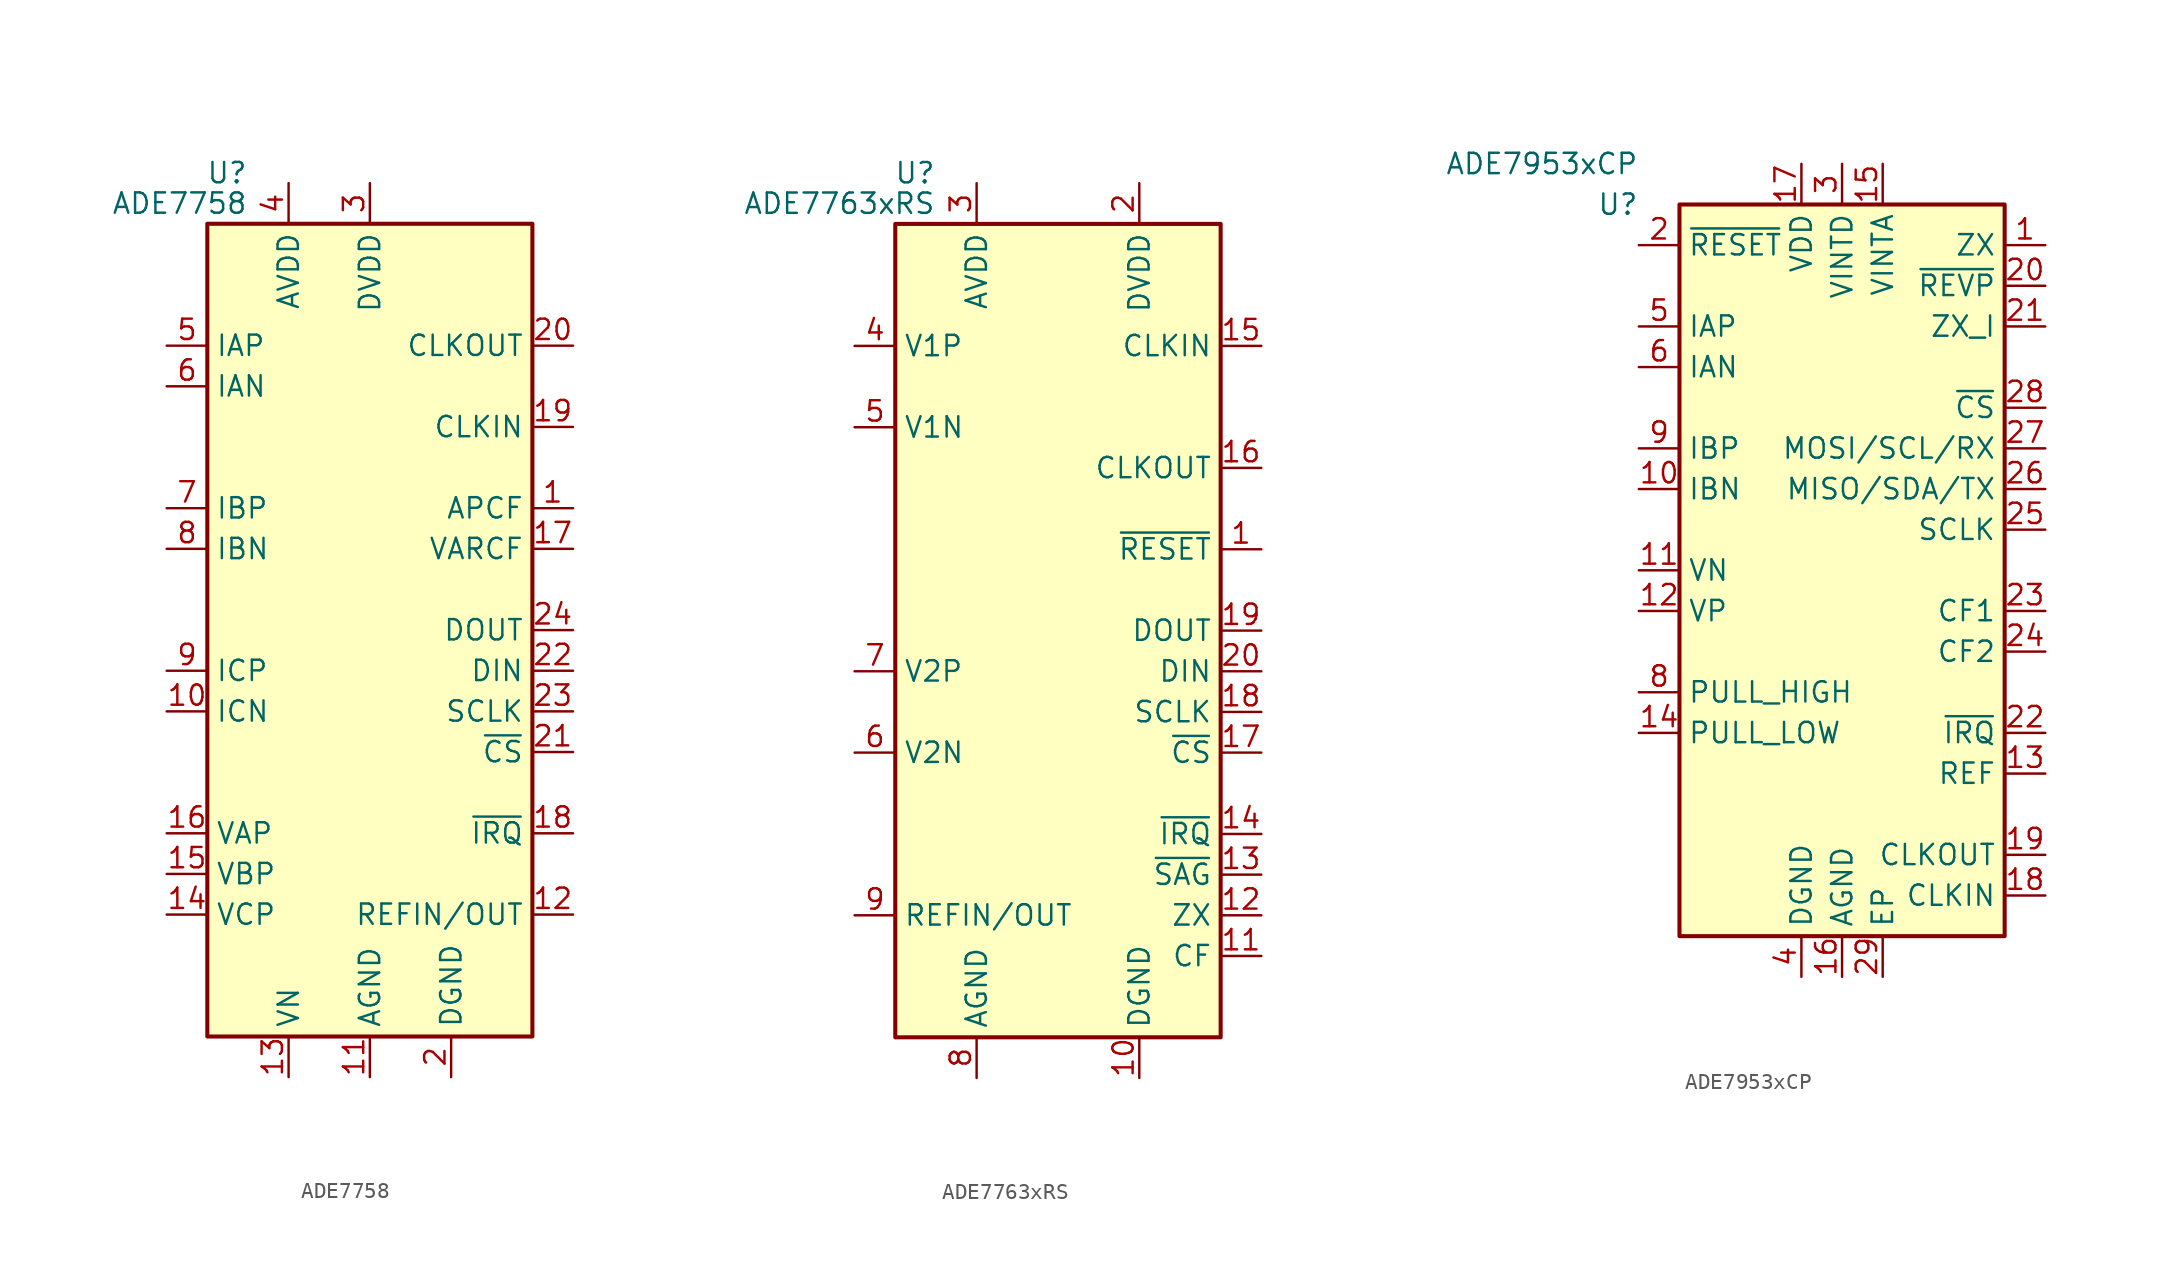
<source format=kicad_sym>
(kicad_symbol_lib
  (version 20201005)
  (generator kicad_symbol_editor)
  (symbol "ADE7758"
    (property "Reference" "U"
      (at -7.62 28.575 0)
      (effects (font (size 1.27 1.27)) (justify right)))
    (property "Value" "ADE7758"
      (at -7.62 26.67 0)
      (effects (font (size 1.27 1.27)) (justify right)))
    (symbol "ADE7758_0_1"
      (rectangle (start 10.16 -25.4) (end -10.16 25.4) (stroke (width 0.254)) (fill (type background))))
    (symbol "ADE7758_1_1"
      (pin output line (at 12.7 7.62 180) (length 2.54) (name "APCF" (effects (font (size 1.27 1.27)))) (number "1" (effects (font (size 1.27 1.27)))))
      (pin input line (at -12.7 -5.08 0) (length 2.54) (name "ICN" (effects (font (size 1.27 1.27)))) (number "10" (effects (font (size 1.27 1.27)))))
      (pin power_in line (at 0 -27.94 90) (length 2.54) (name "AGND" (effects (font (size 1.27 1.27)))) (number "11" (effects (font (size 1.27 1.27)))))
      (pin input line (at 12.7 -17.78 180) (length 2.54) (name "REFIN/OUT" (effects (font (size 1.27 1.27)))) (number "12" (effects (font (size 1.27 1.27)))))
      (pin power_in line (at -5.08 -27.94 90) (length 2.54) (name "VN" (effects (font (size 1.27 1.27)))) (number "13" (effects (font (size 1.27 1.27)))))
      (pin input line (at -12.7 -17.78 0) (length 2.54) (name "VCP" (effects (font (size 1.27 1.27)))) (number "14" (effects (font (size 1.27 1.27)))))
      (pin input line (at -12.7 -15.24 0) (length 2.54) (name "VBP" (effects (font (size 1.27 1.27)))) (number "15" (effects (font (size 1.27 1.27)))))
      (pin input line (at -12.7 -12.7 0) (length 2.54) (name "VAP" (effects (font (size 1.27 1.27)))) (number "16" (effects (font (size 1.27 1.27)))))
      (pin output line (at 12.7 5.08 180) (length 2.54) (name "VARCF" (effects (font (size 1.27 1.27)))) (number "17" (effects (font (size 1.27 1.27)))))
      (pin open_collector line (at 12.7 -12.7 180) (length 2.54) (name "~IRQ" (effects (font (size 1.27 1.27)))) (number "18" (effects (font (size 1.27 1.27)))))
      (pin input line (at 12.7 12.7 180) (length 2.54) (name "CLKIN" (effects (font (size 1.27 1.27)))) (number "19" (effects (font (size 1.27 1.27)))))
      (pin power_in line (at 5.08 -27.94 90) (length 2.54) (name "DGND" (effects (font (size 1.27 1.27)))) (number "2" (effects (font (size 1.27 1.27)))))
      (pin output line (at 12.7 17.78 180) (length 2.54) (name "CLKOUT" (effects (font (size 1.27 1.27)))) (number "20" (effects (font (size 1.27 1.27)))))
      (pin input line (at 12.7 -7.62 180) (length 2.54) (name "~CS" (effects (font (size 1.27 1.27)))) (number "21" (effects (font (size 1.27 1.27)))))
      (pin input line (at 12.7 -2.54 180) (length 2.54) (name "DIN" (effects (font (size 1.27 1.27)))) (number "22" (effects (font (size 1.27 1.27)))))
      (pin input line (at 12.7 -5.08 180) (length 2.54) (name "SCLK" (effects (font (size 1.27 1.27)))) (number "23" (effects (font (size 1.27 1.27)))))
      (pin output line (at 12.7 0 180) (length 2.54) (name "DOUT" (effects (font (size 1.27 1.27)))) (number "24" (effects (font (size 1.27 1.27)))))
      (pin power_in line (at 0 27.94 270) (length 2.54) (name "DVDD" (effects (font (size 1.27 1.27)))) (number "3" (effects (font (size 1.27 1.27)))))
      (pin power_in line (at -5.08 27.94 270) (length 2.54) (name "AVDD" (effects (font (size 1.27 1.27)))) (number "4" (effects (font (size 1.27 1.27)))))
      (pin input line (at -12.7 17.78 0) (length 2.54) (name "IAP" (effects (font (size 1.27 1.27)))) (number "5" (effects (font (size 1.27 1.27)))))
      (pin input line (at -12.7 15.24 0) (length 2.54) (name "IAN" (effects (font (size 1.27 1.27)))) (number "6" (effects (font (size 1.27 1.27)))))
      (pin input line (at -12.7 7.62 0) (length 2.54) (name "IBP" (effects (font (size 1.27 1.27)))) (number "7" (effects (font (size 1.27 1.27)))))
      (pin input line (at -12.7 5.08 0) (length 2.54) (name "IBN" (effects (font (size 1.27 1.27)))) (number "8" (effects (font (size 1.27 1.27)))))
      (pin input line (at -12.7 -2.54 0) (length 2.54) (name "ICP" (effects (font (size 1.27 1.27)))) (number "9" (effects (font (size 1.27 1.27)))))))
  (symbol "ADE7763xRS"
    (property "Reference" "U"
      (at -7.62 28.575 0)
      (effects (font (size 1.27 1.27)) (justify right)))
    (property "Value" "ADE7763xRS"
      (at -7.62 26.67 0)
      (effects (font (size 1.27 1.27)) (justify right)))
    (symbol "ADE7763xRS_0_1"
      (rectangle (start 10.16 -25.4) (end -10.16 25.4) (stroke (width 0.254)) (fill (type background))))
    (symbol "ADE7763xRS_1_1"
      (pin input line (at 12.7 5.08 180) (length 2.54) (name "~RESET" (effects (font (size 1.27 1.27)))) (number "1" (effects (font (size 1.27 1.27)))))
      (pin power_in line (at 5.08 -27.94 90) (length 2.54) (name "DGND" (effects (font (size 1.27 1.27)))) (number "10" (effects (font (size 1.27 1.27)))))
      (pin output line (at 12.7 -20.32 180) (length 2.54) (name "CF" (effects (font (size 1.27 1.27)))) (number "11" (effects (font (size 1.27 1.27)))))
      (pin output line (at 12.7 -17.78 180) (length 2.54) (name "ZX" (effects (font (size 1.27 1.27)))) (number "12" (effects (font (size 1.27 1.27)))))
      (pin open_collector line (at 12.7 -15.24 180) (length 2.54) (name "~SAG" (effects (font (size 1.27 1.27)))) (number "13" (effects (font (size 1.27 1.27)))))
      (pin open_collector line (at 12.7 -12.7 180) (length 2.54) (name "~IRQ" (effects (font (size 1.27 1.27)))) (number "14" (effects (font (size 1.27 1.27)))))
      (pin input line (at 12.7 17.78 180) (length 2.54) (name "CLKIN" (effects (font (size 1.27 1.27)))) (number "15" (effects (font (size 1.27 1.27)))))
      (pin output line (at 12.7 10.16 180) (length 2.54) (name "CLKOUT" (effects (font (size 1.27 1.27)))) (number "16" (effects (font (size 1.27 1.27)))))
      (pin input line (at 12.7 -7.62 180) (length 2.54) (name "~CS" (effects (font (size 1.27 1.27)))) (number "17" (effects (font (size 1.27 1.27)))))
      (pin input line (at 12.7 -5.08 180) (length 2.54) (name "SCLK" (effects (font (size 1.27 1.27)))) (number "18" (effects (font (size 1.27 1.27)))))
      (pin output line (at 12.7 0 180) (length 2.54) (name "DOUT" (effects (font (size 1.27 1.27)))) (number "19" (effects (font (size 1.27 1.27)))))
      (pin power_in line (at 5.08 27.94 270) (length 2.54) (name "DVDD" (effects (font (size 1.27 1.27)))) (number "2" (effects (font (size 1.27 1.27)))))
      (pin input line (at 12.7 -2.54 180) (length 2.54) (name "DIN" (effects (font (size 1.27 1.27)))) (number "20" (effects (font (size 1.27 1.27)))))
      (pin power_in line (at -5.08 27.94 270) (length 2.54) (name "AVDD" (effects (font (size 1.27 1.27)))) (number "3" (effects (font (size 1.27 1.27)))))
      (pin input line (at -12.7 17.78 0) (length 2.54) (name "V1P" (effects (font (size 1.27 1.27)))) (number "4" (effects (font (size 1.27 1.27)))))
      (pin input line (at -12.7 12.7 0) (length 2.54) (name "V1N" (effects (font (size 1.27 1.27)))) (number "5" (effects (font (size 1.27 1.27)))))
      (pin input line (at -12.7 -7.62 0) (length 2.54) (name "V2N" (effects (font (size 1.27 1.27)))) (number "6" (effects (font (size 1.27 1.27)))))
      (pin input line (at -12.7 -2.54 0) (length 2.54) (name "V2P" (effects (font (size 1.27 1.27)))) (number "7" (effects (font (size 1.27 1.27)))))
      (pin power_in line (at -5.08 -27.94 90) (length 2.54) (name "AGND" (effects (font (size 1.27 1.27)))) (number "8" (effects (font (size 1.27 1.27)))))
      (pin input line (at -12.7 -17.78 0) (length 2.54) (name "REFIN/OUT" (effects (font (size 1.27 1.27)))) (number "9" (effects (font (size 1.27 1.27)))))))
  (symbol "ADE7953xCP"
    (property "Reference" "U"
      (at -12.7 22.86 0)
      (effects (font (size 1.27 1.27)) (justify right)))
    (property "Value" "ADE7953xCP"
      (at -12.7 25.4 0)
      (effects (font (size 1.27 1.27)) (justify right)))
    (symbol "ADE7953xCP_0_1"
      (rectangle (start 10.16 -22.86) (end -10.16 22.86) (stroke (width 0.254)) (fill (type background))))
    (symbol "ADE7953xCP_1_1"
      (pin output line (at 12.7 20.32 180) (length 2.54) (name "ZX" (effects (font (size 1.27 1.27)))) (number "1" (effects (font (size 1.27 1.27)))))
      (pin input line (at -12.7 5.08 0) (length 2.54) (name "IBN" (effects (font (size 1.27 1.27)))) (number "10" (effects (font (size 1.27 1.27)))))
      (pin input line (at -12.7 0 0) (length 2.54) (name "VN" (effects (font (size 1.27 1.27)))) (number "11" (effects (font (size 1.27 1.27)))))
      (pin input line (at -12.7 -2.54 0) (length 2.54) (name "VP" (effects (font (size 1.27 1.27)))) (number "12" (effects (font (size 1.27 1.27)))))
      (pin input line (at 12.7 -12.7 180) (length 2.54) (name "REF" (effects (font (size 1.27 1.27)))) (number "13" (effects (font (size 1.27 1.27)))))
      (pin input line (at -12.7 -10.16 0) (length 2.54) (name "PULL_LOW" (effects (font (size 1.27 1.27)))) (number "14" (effects (font (size 1.27 1.27)))))
      (pin power_out line (at 2.54 25.4 270) (length 2.54) (name "VINTA" (effects (font (size 1.27 1.27)))) (number "15" (effects (font (size 1.27 1.27)))))
      (pin power_in line (at 0 -25.4 90) (length 2.54) (name "AGND" (effects (font (size 1.27 1.27)))) (number "16" (effects (font (size 1.27 1.27)))))
      (pin power_in line (at -2.54 25.4 270) (length 2.54) (name "VDD" (effects (font (size 1.27 1.27)))) (number "17" (effects (font (size 1.27 1.27)))))
      (pin input line (at 12.7 -20.32 180) (length 2.54) (name "CLKIN" (effects (font (size 1.27 1.27)))) (number "18" (effects (font (size 1.27 1.27)))))
      (pin output line (at 12.7 -17.78 180) (length 2.54) (name "CLKOUT" (effects (font (size 1.27 1.27)))) (number "19" (effects (font (size 1.27 1.27)))))
      (pin input line (at -12.7 20.32 0) (length 2.54) (name "~RESET" (effects (font (size 1.27 1.27)))) (number "2" (effects (font (size 1.27 1.27)))))
      (pin output line (at 12.7 17.78 180) (length 2.54) (name "~REVP" (effects (font (size 1.27 1.27)))) (number "20" (effects (font (size 1.27 1.27)))))
      (pin output line (at 12.7 15.24 180) (length 2.54) (name "ZX_I" (effects (font (size 1.27 1.27)))) (number "21" (effects (font (size 1.27 1.27)))))
      (pin open_collector line (at 12.7 -10.16 180) (length 2.54) (name "~IRQ" (effects (font (size 1.27 1.27)))) (number "22" (effects (font (size 1.27 1.27)))))
      (pin output line (at 12.7 -2.54 180) (length 2.54) (name "CF1" (effects (font (size 1.27 1.27)))) (number "23" (effects (font (size 1.27 1.27)))))
      (pin output line (at 12.7 -5.08 180) (length 2.54) (name "CF2" (effects (font (size 1.27 1.27)))) (number "24" (effects (font (size 1.27 1.27)))))
      (pin input line (at 12.7 2.54 180) (length 2.54) (name "SCLK" (effects (font (size 1.27 1.27)))) (number "25" (effects (font (size 1.27 1.27)))))
      (pin bidirectional line (at 12.7 5.08 180) (length 2.54) (name "MISO/SDA/TX" (effects (font (size 1.27 1.27)))) (number "26" (effects (font (size 1.27 1.27)))))
      (pin input line (at 12.7 7.62 180) (length 2.54) (name "MOSI/SCL/RX" (effects (font (size 1.27 1.27)))) (number "27" (effects (font (size 1.27 1.27)))))
      (pin input line (at 12.7 10.16 180) (length 2.54) (name "~CS" (effects (font (size 1.27 1.27)))) (number "28" (effects (font (size 1.27 1.27)))))
      (pin passive line (at 2.54 -25.4 90) (length 2.54) (name "EP" (effects (font (size 1.27 1.27)))) (number "29" (effects (font (size 1.27 1.27)))))
      (pin power_out line (at 0 25.4 270) (length 2.54) (name "VINTD" (effects (font (size 1.27 1.27)))) (number "3" (effects (font (size 1.27 1.27)))))
      (pin power_in line (at -2.54 -25.4 90) (length 2.54) (name "DGND" (effects (font (size 1.27 1.27)))) (number "4" (effects (font (size 1.27 1.27)))))
      (pin input line (at -12.7 15.24 0) (length 2.54) (name "IAP" (effects (font (size 1.27 1.27)))) (number "5" (effects (font (size 1.27 1.27)))))
      (pin input line (at -12.7 12.7 0) (length 2.54) (name "IAN" (effects (font (size 1.27 1.27)))) (number "6" (effects (font (size 1.27 1.27)))))
      (pin input line (at -12.7 -7.62 0) (length 2.54) hide (name "PULL_HIGH" (effects (font (size 1.27 1.27)))) (number "7" (effects (font (size 1.27 1.27)))))
      (pin input line (at -12.7 -7.62 0) (length 2.54) (name "PULL_HIGH" (effects (font (size 1.27 1.27)))) (number "8" (effects (font (size 1.27 1.27)))))
      (pin input line (at -12.7 7.62 0) (length 2.54) (name "IBP" (effects (font (size 1.27 1.27)))) (number "9" (effects (font (size 1.27 1.27))))))))
</source>
